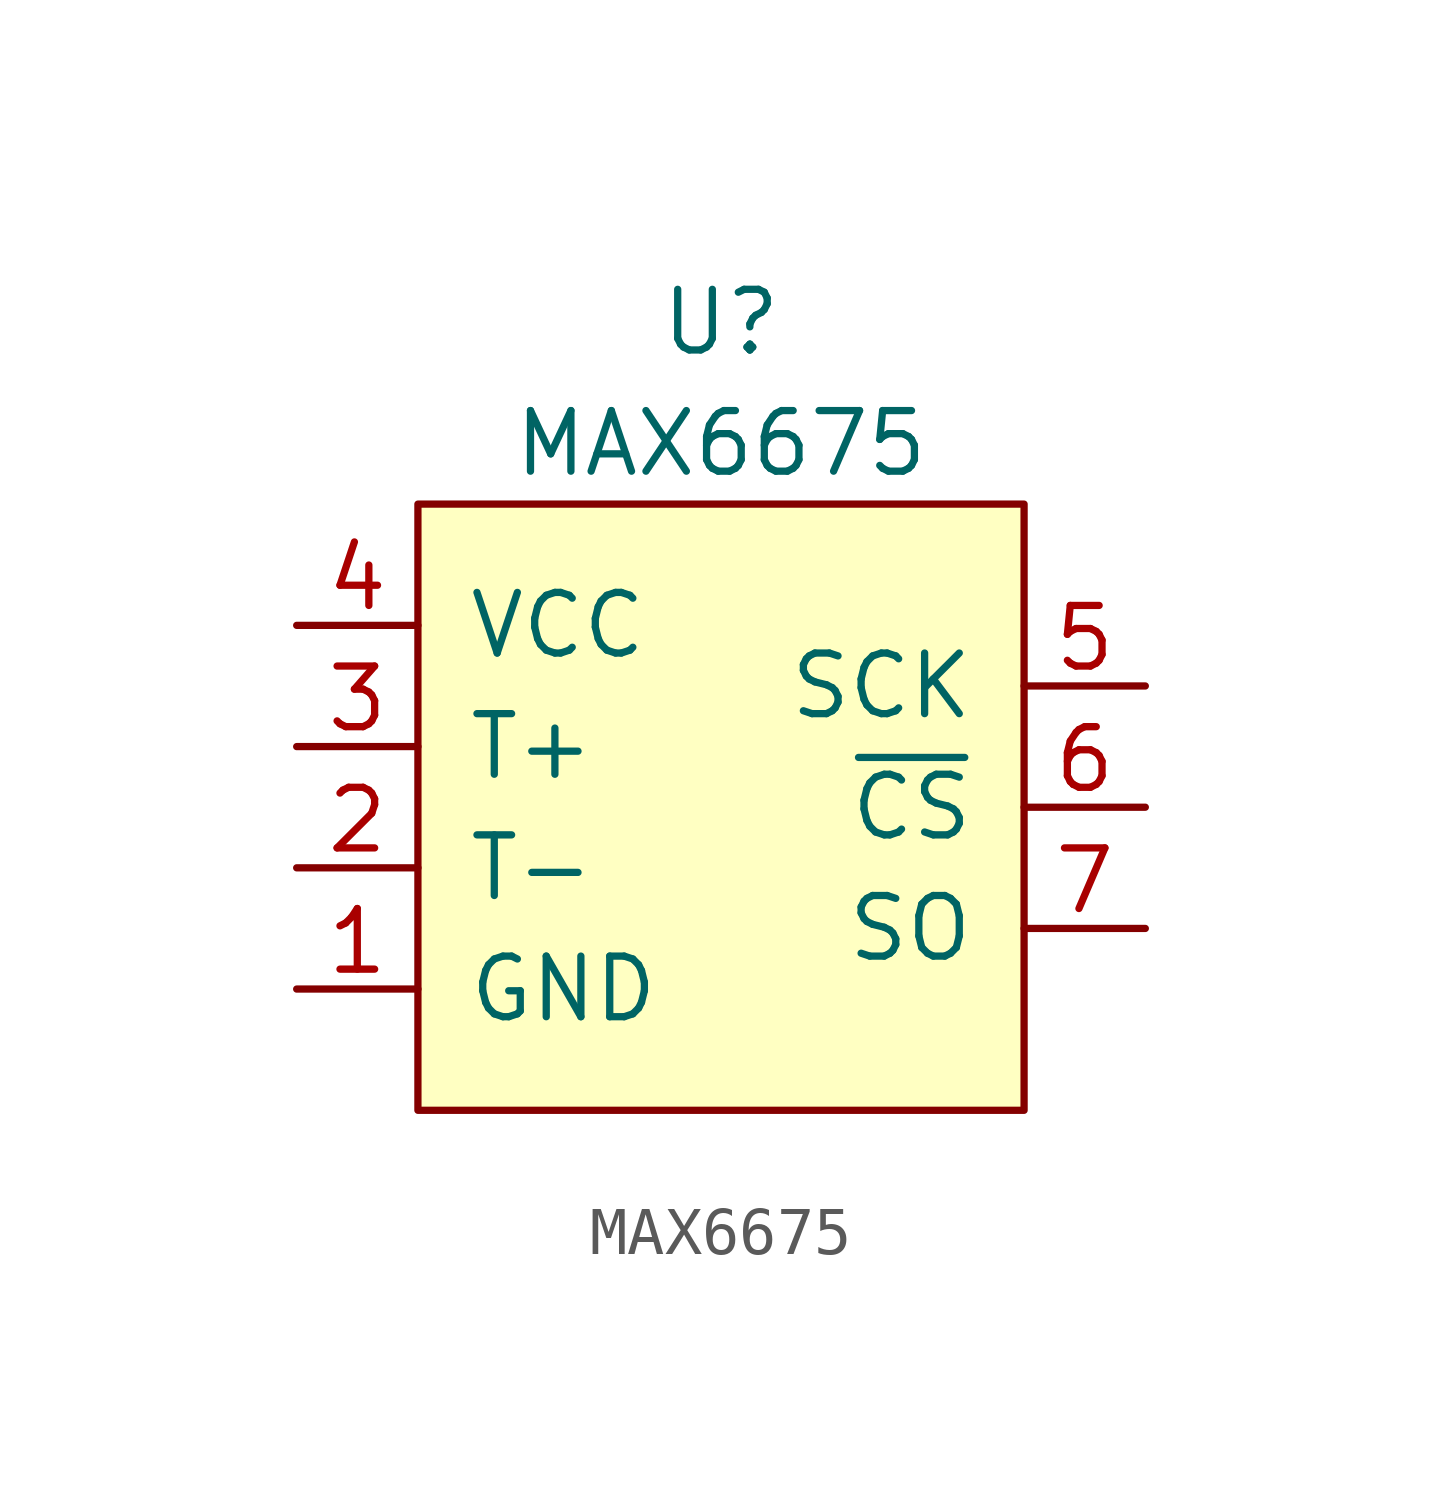
<source format=kicad_sym>
(kicad_symbol_lib
  (version 20220914)
  (generator kicad_symbol_editor)
  (symbol "MAX6675"
    (pin_names
      (offset 1.016))
    (property "Reference" "U"
      (at 0 10.16 0)
      (effects (font (size 1.27 1.27))))
    (property "Value" "MAX6675"
      (at 0 7.62 0)
      (effects (font (size 1.27 1.27))))
    (symbol "MAX6675_0_1"
      (rectangle (start -6.35 6.35) (end 6.35 -6.35) (stroke (width 0) (type solid)) (fill (type background))))
    (symbol "MAX6675_1_1"
      (pin power_in line (at -8.89 -3.81 0) (length 2.54) (name "GND" (effects (font (size 1.27 1.27)))) (number "1" (effects (font (size 1.27 1.27)))))
      (pin input line (at -8.89 -1.27 0) (length 2.54) (name "T-" (effects (font (size 1.27 1.27)))) (number "2" (effects (font (size 1.27 1.27)))))
      (pin input line (at -8.89 1.27 0) (length 2.54) (name "T+" (effects (font (size 1.27 1.27)))) (number "3" (effects (font (size 1.27 1.27)))))
      (pin power_in line (at -8.89 3.81 0) (length 2.54) (name "VCC" (effects (font (size 1.27 1.27)))) (number "4" (effects (font (size 1.27 1.27)))))
      (pin input line (at 8.89 2.54 180) (length 2.54) (name "SCK" (effects (font (size 1.27 1.27)))) (number "5" (effects (font (size 1.27 1.27)))))
      (pin input line (at 8.89 0 180) (length 2.54) (name "~{CS}" (effects (font (size 1.27 1.27)))) (number "6" (effects (font (size 1.27 1.27)))))
      (pin output line (at 8.89 -2.54 180) (length 2.54) (name "SO" (effects (font (size 1.27 1.27)))) (number "7" (effects (font (size 1.27 1.27)))))
      (pin no_connect line (at 8.89 -5.08 180) (length 2.54) hide (name "NC" (effects (font (size 1.27 1.27)))) (number "8" (effects (font (size 1.27 1.27))))))))
</source>
